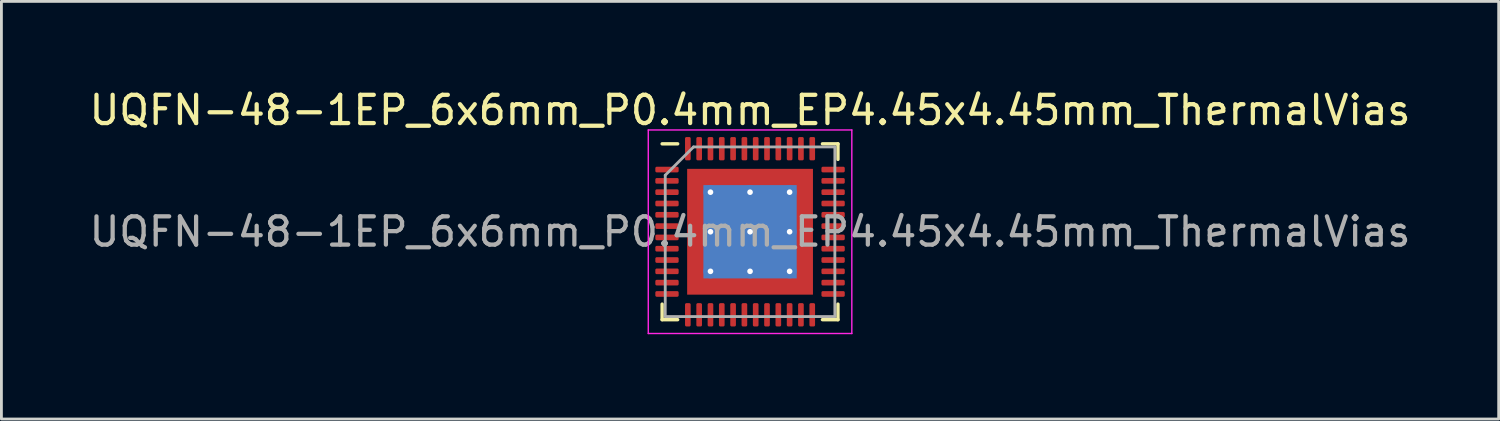
<source format=kicad_pcb>
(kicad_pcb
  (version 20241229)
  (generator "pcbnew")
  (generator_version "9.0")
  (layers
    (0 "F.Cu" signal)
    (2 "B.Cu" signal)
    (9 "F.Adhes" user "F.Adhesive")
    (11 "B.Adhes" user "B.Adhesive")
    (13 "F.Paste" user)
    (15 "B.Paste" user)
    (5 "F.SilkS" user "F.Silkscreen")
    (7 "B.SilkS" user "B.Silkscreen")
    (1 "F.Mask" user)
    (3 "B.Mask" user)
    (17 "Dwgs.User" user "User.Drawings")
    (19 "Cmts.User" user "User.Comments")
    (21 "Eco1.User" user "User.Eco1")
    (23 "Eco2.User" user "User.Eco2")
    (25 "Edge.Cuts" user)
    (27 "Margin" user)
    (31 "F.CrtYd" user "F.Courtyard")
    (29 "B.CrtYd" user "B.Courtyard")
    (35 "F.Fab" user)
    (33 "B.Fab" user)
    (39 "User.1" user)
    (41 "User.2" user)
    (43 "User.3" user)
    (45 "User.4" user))
  (footprint "UQFN-48-1EP_6x6mm_P0.4mm_EP4.45x4.45mm_ThermalVias"
    (layer "F.Cu")
    (at 23.482 5.148)
    (property "Reference" "UQFN-48-1EP_6x6mm_P0.4mm_EP4.45x4.45mm_ThermalVias" (at 0 -4.3 0) (layer "F.SilkS") (effects (font (size 1 1) (thickness 0.15))))
    (attr smd)
    (fp_line (start -3.11 3.11) (end -3.11 2.56) (stroke (width 0.12) (type solid)) (layer "F.SilkS"))
    (fp_line (start -2.56 -3.11) (end -3.11 -3.11) (stroke (width 0.12) (type solid)) (layer "F.SilkS"))
    (fp_line (start -2.56 3.11) (end -3.11 3.11) (stroke (width 0.12) (type solid)) (layer "F.SilkS"))
    (fp_line (start 2.56 -3.11) (end 3.11 -3.11) (stroke (width 0.12) (type solid)) (layer "F.SilkS"))
    (fp_line (start 2.56 3.11) (end 3.11 3.11) (stroke (width 0.12) (type solid)) (layer "F.SilkS"))
    (fp_line (start 3.11 -3.11) (end 3.11 -2.56) (stroke (width 0.12) (type solid)) (layer "F.SilkS"))
    (fp_line (start 3.11 3.11) (end 3.11 2.56) (stroke (width 0.12) (type solid)) (layer "F.SilkS"))
    (fp_line (start -3.6 -3.6) (end -3.6 3.6) (stroke (width 0.05) (type solid)) (layer "F.CrtYd"))
    (fp_line (start -3.6 3.6) (end 3.6 3.6) (stroke (width 0.05) (type solid)) (layer "F.CrtYd"))
    (fp_line (start 3.6 -3.6) (end -3.6 -3.6) (stroke (width 0.05) (type solid)) (layer "F.CrtYd"))
    (fp_line (start 3.6 3.6) (end 3.6 -3.6) (stroke (width 0.05) (type solid)) (layer "F.CrtYd"))
    (fp_line (start -3 -2) (end -2 -3) (stroke (width 0.1) (type solid)) (layer "F.Fab"))
    (fp_line (start -3 3) (end -3 -2) (stroke (width 0.1) (type solid)) (layer "F.Fab"))
    (fp_line (start -2 -3) (end 3 -3) (stroke (width 0.1) (type solid)) (layer "F.Fab"))
    (fp_line (start 3 -3) (end 3 3) (stroke (width 0.1) (type solid)) (layer "F.Fab"))
    (fp_line (start 3 3) (end -3 3) (stroke (width 0.1) (type solid)) (layer "F.Fab"))
    (fp_text user "${REFERENCE}" (at 0 0 0) (layer "F.Fab") (effects (font (size 1 1) (thickness 0.15))))
    (pad "" smd custom (at -1.812 -1.812) (size 0.578 0.578) (layers "F.Paste") (options (anchor circle)) (primitives (gr_poly (pts (xy -0.246 -0.246) (xy 0.246 -0.246) (xy 0.246 0.174) (xy 0.174 0.246) (xy -0.246 0.246)) (width 0.174) (fill yes))))
    (pad "" smd roundrect (at -1.812 -0.7) (size 0.665 1.129) (layers "F.Paste") (roundrect_rratio 0.25))
    (pad "" smd roundrect (at -1.812 0.7) (size 0.665 1.129) (layers "F.Paste") (roundrect_rratio 0.25))
    (pad "" smd custom (at -1.812 1.812) (size 0.578 0.578) (layers "F.Paste") (options (anchor circle)) (primitives (gr_poly (pts (xy -0.246 -0.246) (xy 0.174 -0.246) (xy 0.246 -0.174) (xy 0.246 0.246) (xy -0.246 0.246)) (width 0.174) (fill yes))))
    (pad "" smd roundrect (at -0.7 -1.812) (size 1.129 0.665) (layers "F.Paste") (roundrect_rratio 0.25))
    (pad "" smd roundrect (at -0.7 -0.7) (size 1.129 1.129) (layers "F.Paste") (roundrect_rratio 0.221))
    (pad "" smd roundrect (at -0.7 0.7) (size 1.129 1.129) (layers "F.Paste") (roundrect_rratio 0.221))
    (pad "" smd roundrect (at -0.7 1.812) (size 1.129 0.665) (layers "F.Paste") (roundrect_rratio 0.25))
    (pad "" smd roundrect (at 0.7 -1.812) (size 1.129 0.665) (layers "F.Paste") (roundrect_rratio 0.25))
    (pad "" smd roundrect (at 0.7 -0.7) (size 1.129 1.129) (layers "F.Paste") (roundrect_rratio 0.221))
    (pad "" smd roundrect (at 0.7 0.7) (size 1.129 1.129) (layers "F.Paste") (roundrect_rratio 0.221))
    (pad "" smd roundrect (at 0.7 1.812) (size 1.129 0.665) (layers "F.Paste") (roundrect_rratio 0.25))
    (pad "" smd custom (at 1.812 -1.812) (size 0.578 0.578) (layers "F.Paste") (options (anchor circle)) (primitives (gr_poly (pts (xy -0.246 -0.246) (xy 0.246 -0.246) (xy 0.246 0.246) (xy -0.174 0.246) (xy -0.246 0.174)) (width 0.174) (fill yes))))
    (pad "" smd roundrect (at 1.812 -0.7) (size 0.665 1.129) (layers "F.Paste") (roundrect_rratio 0.25))
    (pad "" smd roundrect (at 1.812 0.7) (size 0.665 1.129) (layers "F.Paste") (roundrect_rratio 0.25))
    (pad "" smd custom (at 1.812 1.812) (size 0.578 0.578) (layers "F.Paste") (options (anchor circle)) (primitives (gr_poly (pts (xy -0.246 -0.174) (xy -0.174 -0.246) (xy 0.246 -0.246) (xy 0.246 0.246) (xy -0.246 0.246)) (width 0.174) (fill yes))))
    (pad "1" smd roundrect (at -2.938 -2.2) (size 0.825 0.2) (layers "F.Cu" "F.Mask" "F.Paste") (roundrect_rratio 0.25))
    (pad "2" smd roundrect (at -2.938 -1.8) (size 0.825 0.2) (layers "F.Cu" "F.Mask" "F.Paste") (roundrect_rratio 0.25))
    (pad "3" smd roundrect (at -2.938 -1.4) (size 0.825 0.2) (layers "F.Cu" "F.Mask" "F.Paste") (roundrect_rratio 0.25))
    (pad "4" smd roundrect (at -2.938 -1) (size 0.825 0.2) (layers "F.Cu" "F.Mask" "F.Paste") (roundrect_rratio 0.25))
    (pad "5" smd roundrect (at -2.938 -0.6) (size 0.825 0.2) (layers "F.Cu" "F.Mask" "F.Paste") (roundrect_rratio 0.25))
    (pad "6" smd roundrect (at -2.938 -0.2) (size 0.825 0.2) (layers "F.Cu" "F.Mask" "F.Paste") (roundrect_rratio 0.25))
    (pad "7" smd roundrect (at -2.938 0.2) (size 0.825 0.2) (layers "F.Cu" "F.Mask" "F.Paste") (roundrect_rratio 0.25))
    (pad "8" smd roundrect (at -2.938 0.6) (size 0.825 0.2) (layers "F.Cu" "F.Mask" "F.Paste") (roundrect_rratio 0.25))
    (pad "9" smd roundrect (at -2.938 1) (size 0.825 0.2) (layers "F.Cu" "F.Mask" "F.Paste") (roundrect_rratio 0.25))
    (pad "10" smd roundrect (at -2.938 1.4) (size 0.825 0.2) (layers "F.Cu" "F.Mask" "F.Paste") (roundrect_rratio 0.25))
    (pad "11" smd roundrect (at -2.938 1.8) (size 0.825 0.2) (layers "F.Cu" "F.Mask" "F.Paste") (roundrect_rratio 0.25))
    (pad "12" smd roundrect (at -2.938 2.2) (size 0.825 0.2) (layers "F.Cu" "F.Mask" "F.Paste") (roundrect_rratio 0.25))
    (pad "13" smd roundrect (at -2.2 2.938) (size 0.2 0.825) (layers "F.Cu" "F.Mask" "F.Paste") (roundrect_rratio 0.25))
    (pad "14" smd roundrect (at -1.8 2.938) (size 0.2 0.825) (layers "F.Cu" "F.Mask" "F.Paste") (roundrect_rratio 0.25))
    (pad "15" smd roundrect (at -1.4 2.938) (size 0.2 0.825) (layers "F.Cu" "F.Mask" "F.Paste") (roundrect_rratio 0.25))
    (pad "16" smd roundrect (at -1 2.938) (size 0.2 0.825) (layers "F.Cu" "F.Mask" "F.Paste") (roundrect_rratio 0.25))
    (pad "17" smd roundrect (at -0.6 2.938) (size 0.2 0.825) (layers "F.Cu" "F.Mask" "F.Paste") (roundrect_rratio 0.25))
    (pad "18" smd roundrect (at -0.2 2.938) (size 0.2 0.825) (layers "F.Cu" "F.Mask" "F.Paste") (roundrect_rratio 0.25))
    (pad "19" smd roundrect (at 0.2 2.938) (size 0.2 0.825) (layers "F.Cu" "F.Mask" "F.Paste") (roundrect_rratio 0.25))
    (pad "20" smd roundrect (at 0.6 2.938) (size 0.2 0.825) (layers "F.Cu" "F.Mask" "F.Paste") (roundrect_rratio 0.25))
    (pad "21" smd roundrect (at 1 2.938) (size 0.2 0.825) (layers "F.Cu" "F.Mask" "F.Paste") (roundrect_rratio 0.25))
    (pad "22" smd roundrect (at 1.4 2.938) (size 0.2 0.825) (layers "F.Cu" "F.Mask" "F.Paste") (roundrect_rratio 0.25))
    (pad "23" smd roundrect (at 1.8 2.938) (size 0.2 0.825) (layers "F.Cu" "F.Mask" "F.Paste") (roundrect_rratio 0.25))
    (pad "24" smd roundrect (at 2.2 2.938) (size 0.2 0.825) (layers "F.Cu" "F.Mask" "F.Paste") (roundrect_rratio 0.25))
    (pad "25" smd roundrect (at 2.938 2.2) (size 0.825 0.2) (layers "F.Cu" "F.Mask" "F.Paste") (roundrect_rratio 0.25))
    (pad "26" smd roundrect (at 2.938 1.8) (size 0.825 0.2) (layers "F.Cu" "F.Mask" "F.Paste") (roundrect_rratio 0.25))
    (pad "27" smd roundrect (at 2.938 1.4) (size 0.825 0.2) (layers "F.Cu" "F.Mask" "F.Paste") (roundrect_rratio 0.25))
    (pad "28" smd roundrect (at 2.938 1) (size 0.825 0.2) (layers "F.Cu" "F.Mask" "F.Paste") (roundrect_rratio 0.25))
    (pad "29" smd roundrect (at 2.938 0.6) (size 0.825 0.2) (layers "F.Cu" "F.Mask" "F.Paste") (roundrect_rratio 0.25))
    (pad "30" smd roundrect (at 2.938 0.2) (size 0.825 0.2) (layers "F.Cu" "F.Mask" "F.Paste") (roundrect_rratio 0.25))
    (pad "31" smd roundrect (at 2.938 -0.2) (size 0.825 0.2) (layers "F.Cu" "F.Mask" "F.Paste") (roundrect_rratio 0.25))
    (pad "32" smd roundrect (at 2.938 -0.6) (size 0.825 0.2) (layers "F.Cu" "F.Mask" "F.Paste") (roundrect_rratio 0.25))
    (pad "33" smd roundrect (at 2.938 -1) (size 0.825 0.2) (layers "F.Cu" "F.Mask" "F.Paste") (roundrect_rratio 0.25))
    (pad "34" smd roundrect (at 2.938 -1.4) (size 0.825 0.2) (layers "F.Cu" "F.Mask" "F.Paste") (roundrect_rratio 0.25))
    (pad "35" smd roundrect (at 2.938 -1.8) (size 0.825 0.2) (layers "F.Cu" "F.Mask" "F.Paste") (roundrect_rratio 0.25))
    (pad "36" smd roundrect (at 2.938 -2.2) (size 0.825 0.2) (layers "F.Cu" "F.Mask" "F.Paste") (roundrect_rratio 0.25))
    (pad "37" smd roundrect (at 2.2 -2.938) (size 0.2 0.825) (layers "F.Cu" "F.Mask" "F.Paste") (roundrect_rratio 0.25))
    (pad "38" smd roundrect (at 1.8 -2.938) (size 0.2 0.825) (layers "F.Cu" "F.Mask" "F.Paste") (roundrect_rratio 0.25))
    (pad "39" smd roundrect (at 1.4 -2.938) (size 0.2 0.825) (layers "F.Cu" "F.Mask" "F.Paste") (roundrect_rratio 0.25))
    (pad "40" smd roundrect (at 1 -2.938) (size 0.2 0.825) (layers "F.Cu" "F.Mask" "F.Paste") (roundrect_rratio 0.25))
    (pad "41" smd roundrect (at 0.6 -2.938) (size 0.2 0.825) (layers "F.Cu" "F.Mask" "F.Paste") (roundrect_rratio 0.25))
    (pad "42" smd roundrect (at 0.2 -2.938) (size 0.2 0.825) (layers "F.Cu" "F.Mask" "F.Paste") (roundrect_rratio 0.25))
    (pad "43" smd roundrect (at -0.2 -2.938) (size 0.2 0.825) (layers "F.Cu" "F.Mask" "F.Paste") (roundrect_rratio 0.25))
    (pad "44" smd roundrect (at -0.6 -2.938) (size 0.2 0.825) (layers "F.Cu" "F.Mask" "F.Paste") (roundrect_rratio 0.25))
    (pad "45" smd roundrect (at -1 -2.938) (size 0.2 0.825) (layers "F.Cu" "F.Mask" "F.Paste") (roundrect_rratio 0.25))
    (pad "46" smd roundrect (at -1.4 -2.938) (size 0.2 0.825) (layers "F.Cu" "F.Mask" "F.Paste") (roundrect_rratio 0.25))
    (pad "47" smd roundrect (at -1.8 -2.938) (size 0.2 0.825) (layers "F.Cu" "F.Mask" "F.Paste") (roundrect_rratio 0.25))
    (pad "48" smd roundrect (at -2.2 -2.938) (size 0.2 0.825) (layers "F.Cu" "F.Mask" "F.Paste") (roundrect_rratio 0.25))
    (pad "49" thru_hole circle (at -1.4 -1.4) (size 0.5 0.5) (drill 0.2) (layers "*.Cu"))
    (pad "49" thru_hole circle (at -1.4 0) (size 0.5 0.5) (drill 0.2) (layers "*.Cu"))
    (pad "49" thru_hole circle (at -1.4 1.4) (size 0.5 0.5) (drill 0.2) (layers "*.Cu"))
    (pad "49" thru_hole circle (at 0 -1.4) (size 0.5 0.5) (drill 0.2) (layers "*.Cu"))
    (pad "49" thru_hole circle (at 0 0) (size 0.5 0.5) (drill 0.2) (layers "*.Cu"))
    (pad "49" smd rect (at 0 0) (size 3.3 3.3) (layers "B.Cu"))
    (pad "49" smd rect (at 0 0) (size 4.45 4.45) (layers "F.Cu" "F.Mask"))
    (pad "49" thru_hole circle (at 0 1.4) (size 0.5 0.5) (drill 0.2) (layers "*.Cu"))
    (pad "49" thru_hole circle (at 1.4 -1.4) (size 0.5 0.5) (drill 0.2) (layers "*.Cu"))
    (pad "49" thru_hole circle (at 1.4 0) (size 0.5 0.5) (drill 0.2) (layers "*.Cu"))
    (pad "49" thru_hole circle (at 1.4 1.4) (size 0.5 0.5) (drill 0.2) (layers "*.Cu")))
  (gr_rect
    (start -3 -3)
    (end 49.964 11.773)
    (stroke (width 0.1) (type default))
    (fill no)
    (layer "Edge.Cuts")))
</source>
